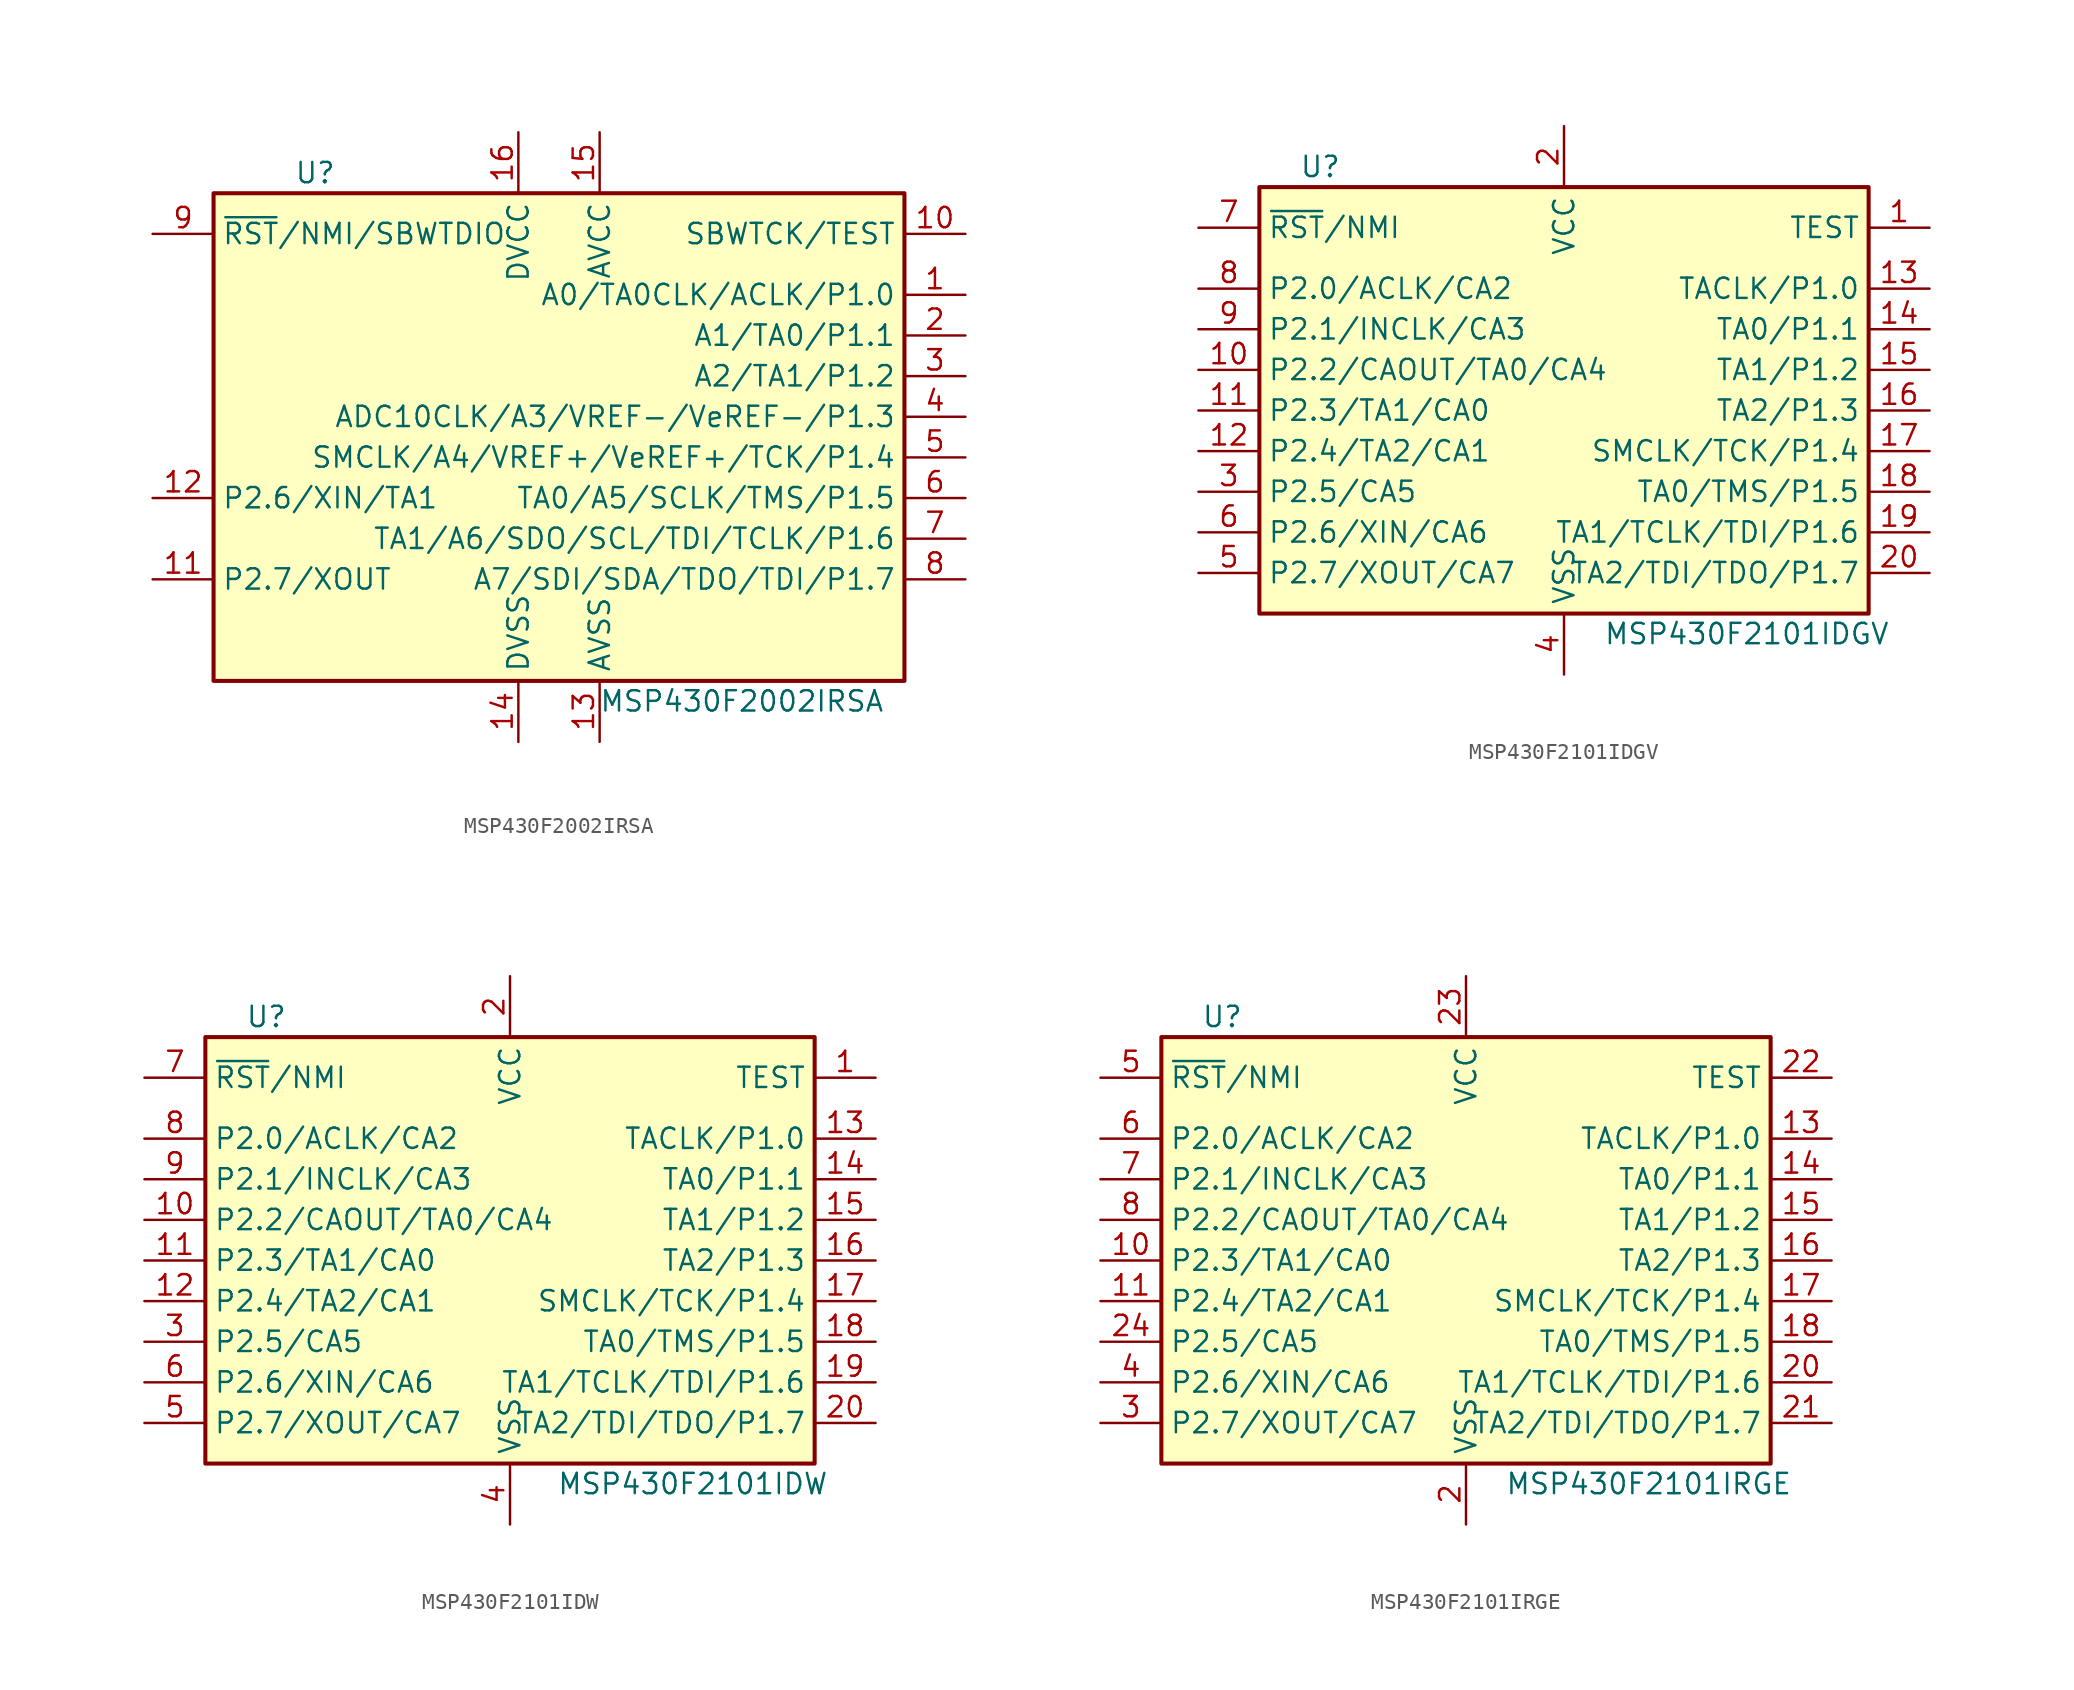
<source format=kicad_sym>
(kicad_symbol_lib
  (version 20220914)
  (generator kicad_symbol_editor)
  (symbol "MSP430F2002IRSA"
    (property "Reference" "U"
      (at -15.24 15.24 0)
      (effects (font (size 1.27 1.27))))
    (property "Value" "MSP430F2002IRSA"
      (at 11.43 -17.78 0)
      (effects (font (size 1.27 1.27))))
    (symbol "MSP430F2002IRSA_0_1"
      (rectangle (start -21.59 13.97) (end 21.59 -16.51) (stroke (width 0.254) (type default)) (fill (type background))))
    (symbol "MSP430F2002IRSA_1_1"
      (pin bidirectional line (at 25.4 7.62 180) (length 3.81) (name "A0/TA0CLK/ACLK/P1.0" (effects (font (size 1.27 1.27)))) (number "1" (effects (font (size 1.27 1.27)))))
      (pin input line (at 25.4 11.43 180) (length 3.81) (name "SBWTCK/TEST" (effects (font (size 1.27 1.27)))) (number "10" (effects (font (size 1.27 1.27)))))
      (pin bidirectional line (at -25.4 -10.16 0) (length 3.81) (name "P2.7/XOUT" (effects (font (size 1.27 1.27)))) (number "11" (effects (font (size 1.27 1.27)))))
      (pin bidirectional line (at -25.4 -5.08 0) (length 3.81) (name "P2.6/XIN/TA1" (effects (font (size 1.27 1.27)))) (number "12" (effects (font (size 1.27 1.27)))))
      (pin power_in line (at 2.54 -20.32 90) (length 3.81) (name "AVSS" (effects (font (size 1.27 1.27)))) (number "13" (effects (font (size 1.27 1.27)))))
      (pin power_in line (at -2.54 -20.32 90) (length 3.81) (name "DVSS" (effects (font (size 1.27 1.27)))) (number "14" (effects (font (size 1.27 1.27)))))
      (pin power_in line (at 2.54 17.78 270) (length 3.81) (name "AVCC" (effects (font (size 1.27 1.27)))) (number "15" (effects (font (size 1.27 1.27)))))
      (pin power_in line (at -2.54 17.78 270) (length 3.81) (name "DVCC" (effects (font (size 1.27 1.27)))) (number "16" (effects (font (size 1.27 1.27)))))
      (pin bidirectional line (at 25.4 5.08 180) (length 3.81) (name "A1/TA0/P1.1" (effects (font (size 1.27 1.27)))) (number "2" (effects (font (size 1.27 1.27)))))
      (pin bidirectional line (at 25.4 2.54 180) (length 3.81) (name "A2/TA1/P1.2" (effects (font (size 1.27 1.27)))) (number "3" (effects (font (size 1.27 1.27)))))
      (pin bidirectional line (at 25.4 0 180) (length 3.81) (name "ADC10CLK/A3/VREF-/VeREF-/P1.3" (effects (font (size 1.27 1.27)))) (number "4" (effects (font (size 1.27 1.27)))))
      (pin bidirectional line (at 25.4 -2.54 180) (length 3.81) (name "SMCLK/A4/VREF+/VeREF+/TCK/P1.4" (effects (font (size 1.27 1.27)))) (number "5" (effects (font (size 1.27 1.27)))))
      (pin bidirectional line (at 25.4 -5.08 180) (length 3.81) (name "TA0/A5/SCLK/TMS/P1.5" (effects (font (size 1.27 1.27)))) (number "6" (effects (font (size 1.27 1.27)))))
      (pin bidirectional line (at 25.4 -7.62 180) (length 3.81) (name "TA1/A6/SDO/SCL/TDI/TCLK/P1.6" (effects (font (size 1.27 1.27)))) (number "7" (effects (font (size 1.27 1.27)))))
      (pin bidirectional line (at 25.4 -10.16 180) (length 3.81) (name "A7/SDI/SDA/TDO/TDI/P1.7" (effects (font (size 1.27 1.27)))) (number "8" (effects (font (size 1.27 1.27)))))
      (pin input line (at -25.4 11.43 0) (length 3.81) (name "~{RST}/NMI/SBWTDIO" (effects (font (size 1.27 1.27)))) (number "9" (effects (font (size 1.27 1.27)))))))
  (symbol "MSP430F2101IDGV"
    (property "Reference" "U"
      (at -15.24 15.24 0)
      (effects (font (size 1.27 1.27))))
    (property "Value" "MSP430F2101IDGV"
      (at 11.43 -13.97 0)
      (effects (font (size 1.27 1.27))))
    (symbol "MSP430F2101IDGV_0_1"
      (rectangle (start -19.05 13.97) (end 19.05 -12.7) (stroke (width 0.254) (type default)) (fill (type background))))
    (symbol "MSP430F2101IDGV_1_1"
      (pin input line (at 22.86 11.43 180) (length 3.81) (name "TEST" (effects (font (size 1.27 1.27)))) (number "1" (effects (font (size 1.27 1.27)))))
      (pin bidirectional line (at -22.86 2.54 0) (length 3.81) (name "P2.2/CAOUT/TA0/CA4" (effects (font (size 1.27 1.27)))) (number "10" (effects (font (size 1.27 1.27)))))
      (pin bidirectional line (at -22.86 0 0) (length 3.81) (name "P2.3/TA1/CA0" (effects (font (size 1.27 1.27)))) (number "11" (effects (font (size 1.27 1.27)))))
      (pin bidirectional line (at -22.86 -2.54 0) (length 3.81) (name "P2.4/TA2/CA1" (effects (font (size 1.27 1.27)))) (number "12" (effects (font (size 1.27 1.27)))))
      (pin bidirectional line (at 22.86 7.62 180) (length 3.81) (name "TACLK/P1.0" (effects (font (size 1.27 1.27)))) (number "13" (effects (font (size 1.27 1.27)))))
      (pin bidirectional line (at 22.86 5.08 180) (length 3.81) (name "TA0/P1.1" (effects (font (size 1.27 1.27)))) (number "14" (effects (font (size 1.27 1.27)))))
      (pin bidirectional line (at 22.86 2.54 180) (length 3.81) (name "TA1/P1.2" (effects (font (size 1.27 1.27)))) (number "15" (effects (font (size 1.27 1.27)))))
      (pin bidirectional line (at 22.86 0 180) (length 3.81) (name "TA2/P1.3" (effects (font (size 1.27 1.27)))) (number "16" (effects (font (size 1.27 1.27)))))
      (pin bidirectional line (at 22.86 -2.54 180) (length 3.81) (name "SMCLK/TCK/P1.4" (effects (font (size 1.27 1.27)))) (number "17" (effects (font (size 1.27 1.27)))))
      (pin bidirectional line (at 22.86 -5.08 180) (length 3.81) (name "TA0/TMS/P1.5" (effects (font (size 1.27 1.27)))) (number "18" (effects (font (size 1.27 1.27)))))
      (pin bidirectional line (at 22.86 -7.62 180) (length 3.81) (name "TA1/TCLK/TDI/P1.6" (effects (font (size 1.27 1.27)))) (number "19" (effects (font (size 1.27 1.27)))))
      (pin power_in line (at 0 17.78 270) (length 3.81) (name "VCC" (effects (font (size 1.27 1.27)))) (number "2" (effects (font (size 1.27 1.27)))))
      (pin bidirectional line (at 22.86 -10.16 180) (length 3.81) (name "TA2/TDI/TDO/P1.7" (effects (font (size 1.27 1.27)))) (number "20" (effects (font (size 1.27 1.27)))))
      (pin bidirectional line (at -22.86 -5.08 0) (length 3.81) (name "P2.5/CA5" (effects (font (size 1.27 1.27)))) (number "3" (effects (font (size 1.27 1.27)))))
      (pin power_in line (at 0 -16.51 90) (length 3.81) (name "VSS" (effects (font (size 1.27 1.27)))) (number "4" (effects (font (size 1.27 1.27)))))
      (pin bidirectional line (at -22.86 -10.16 0) (length 3.81) (name "P2.7/XOUT/CA7" (effects (font (size 1.27 1.27)))) (number "5" (effects (font (size 1.27 1.27)))))
      (pin bidirectional line (at -22.86 -7.62 0) (length 3.81) (name "P2.6/XIN/CA6" (effects (font (size 1.27 1.27)))) (number "6" (effects (font (size 1.27 1.27)))))
      (pin input line (at -22.86 11.43 0) (length 3.81) (name "~{RST}/NMI" (effects (font (size 1.27 1.27)))) (number "7" (effects (font (size 1.27 1.27)))))
      (pin bidirectional line (at -22.86 7.62 0) (length 3.81) (name "P2.0/ACLK/CA2" (effects (font (size 1.27 1.27)))) (number "8" (effects (font (size 1.27 1.27)))))
      (pin bidirectional line (at -22.86 5.08 0) (length 3.81) (name "P2.1/INCLK/CA3" (effects (font (size 1.27 1.27)))) (number "9" (effects (font (size 1.27 1.27)))))))
  (symbol "MSP430F2101IDW"
    (property "Reference" "U"
      (at -15.24 15.24 0)
      (effects (font (size 1.27 1.27))))
    (property "Value" "MSP430F2101IDW"
      (at 11.43 -13.97 0)
      (effects (font (size 1.27 1.27))))
    (symbol "MSP430F2101IDW_0_1"
      (rectangle (start -19.05 13.97) (end 19.05 -12.7) (stroke (width 0.254) (type default)) (fill (type background))))
    (symbol "MSP430F2101IDW_1_1"
      (pin input line (at 22.86 11.43 180) (length 3.81) (name "TEST" (effects (font (size 1.27 1.27)))) (number "1" (effects (font (size 1.27 1.27)))))
      (pin bidirectional line (at -22.86 2.54 0) (length 3.81) (name "P2.2/CAOUT/TA0/CA4" (effects (font (size 1.27 1.27)))) (number "10" (effects (font (size 1.27 1.27)))))
      (pin bidirectional line (at -22.86 0 0) (length 3.81) (name "P2.3/TA1/CA0" (effects (font (size 1.27 1.27)))) (number "11" (effects (font (size 1.27 1.27)))))
      (pin bidirectional line (at -22.86 -2.54 0) (length 3.81) (name "P2.4/TA2/CA1" (effects (font (size 1.27 1.27)))) (number "12" (effects (font (size 1.27 1.27)))))
      (pin bidirectional line (at 22.86 7.62 180) (length 3.81) (name "TACLK/P1.0" (effects (font (size 1.27 1.27)))) (number "13" (effects (font (size 1.27 1.27)))))
      (pin bidirectional line (at 22.86 5.08 180) (length 3.81) (name "TA0/P1.1" (effects (font (size 1.27 1.27)))) (number "14" (effects (font (size 1.27 1.27)))))
      (pin bidirectional line (at 22.86 2.54 180) (length 3.81) (name "TA1/P1.2" (effects (font (size 1.27 1.27)))) (number "15" (effects (font (size 1.27 1.27)))))
      (pin bidirectional line (at 22.86 0 180) (length 3.81) (name "TA2/P1.3" (effects (font (size 1.27 1.27)))) (number "16" (effects (font (size 1.27 1.27)))))
      (pin bidirectional line (at 22.86 -2.54 180) (length 3.81) (name "SMCLK/TCK/P1.4" (effects (font (size 1.27 1.27)))) (number "17" (effects (font (size 1.27 1.27)))))
      (pin bidirectional line (at 22.86 -5.08 180) (length 3.81) (name "TA0/TMS/P1.5" (effects (font (size 1.27 1.27)))) (number "18" (effects (font (size 1.27 1.27)))))
      (pin bidirectional line (at 22.86 -7.62 180) (length 3.81) (name "TA1/TCLK/TDI/P1.6" (effects (font (size 1.27 1.27)))) (number "19" (effects (font (size 1.27 1.27)))))
      (pin power_in line (at 0 17.78 270) (length 3.81) (name "VCC" (effects (font (size 1.27 1.27)))) (number "2" (effects (font (size 1.27 1.27)))))
      (pin bidirectional line (at 22.86 -10.16 180) (length 3.81) (name "TA2/TDI/TDO/P1.7" (effects (font (size 1.27 1.27)))) (number "20" (effects (font (size 1.27 1.27)))))
      (pin bidirectional line (at -22.86 -5.08 0) (length 3.81) (name "P2.5/CA5" (effects (font (size 1.27 1.27)))) (number "3" (effects (font (size 1.27 1.27)))))
      (pin power_in line (at 0 -16.51 90) (length 3.81) (name "VSS" (effects (font (size 1.27 1.27)))) (number "4" (effects (font (size 1.27 1.27)))))
      (pin bidirectional line (at -22.86 -10.16 0) (length 3.81) (name "P2.7/XOUT/CA7" (effects (font (size 1.27 1.27)))) (number "5" (effects (font (size 1.27 1.27)))))
      (pin bidirectional line (at -22.86 -7.62 0) (length 3.81) (name "P2.6/XIN/CA6" (effects (font (size 1.27 1.27)))) (number "6" (effects (font (size 1.27 1.27)))))
      (pin input line (at -22.86 11.43 0) (length 3.81) (name "~{RST}/NMI" (effects (font (size 1.27 1.27)))) (number "7" (effects (font (size 1.27 1.27)))))
      (pin bidirectional line (at -22.86 7.62 0) (length 3.81) (name "P2.0/ACLK/CA2" (effects (font (size 1.27 1.27)))) (number "8" (effects (font (size 1.27 1.27)))))
      (pin bidirectional line (at -22.86 5.08 0) (length 3.81) (name "P2.1/INCLK/CA3" (effects (font (size 1.27 1.27)))) (number "9" (effects (font (size 1.27 1.27)))))))
  (symbol "MSP430F2101IRGE"
    (property "Reference" "U"
      (at -15.24 15.24 0)
      (effects (font (size 1.27 1.27))))
    (property "Value" "MSP430F2101IRGE"
      (at 11.43 -13.97 0)
      (effects (font (size 1.27 1.27))))
    (symbol "MSP430F2101IRGE_0_1"
      (rectangle (start -19.05 13.97) (end 19.05 -12.7) (stroke (width 0.254) (type default)) (fill (type background))))
    (symbol "MSP430F2101IRGE_1_1"
      (pin bidirectional line (at -22.86 0 0) (length 3.81) (name "P2.3/TA1/CA0" (effects (font (size 1.27 1.27)))) (number "10" (effects (font (size 1.27 1.27)))))
      (pin bidirectional line (at -22.86 -2.54 0) (length 3.81) (name "P2.4/TA2/CA1" (effects (font (size 1.27 1.27)))) (number "11" (effects (font (size 1.27 1.27)))))
      (pin bidirectional line (at 22.86 7.62 180) (length 3.81) (name "TACLK/P1.0" (effects (font (size 1.27 1.27)))) (number "13" (effects (font (size 1.27 1.27)))))
      (pin bidirectional line (at 22.86 5.08 180) (length 3.81) (name "TA0/P1.1" (effects (font (size 1.27 1.27)))) (number "14" (effects (font (size 1.27 1.27)))))
      (pin bidirectional line (at 22.86 2.54 180) (length 3.81) (name "TA1/P1.2" (effects (font (size 1.27 1.27)))) (number "15" (effects (font (size 1.27 1.27)))))
      (pin bidirectional line (at 22.86 0 180) (length 3.81) (name "TA2/P1.3" (effects (font (size 1.27 1.27)))) (number "16" (effects (font (size 1.27 1.27)))))
      (pin bidirectional line (at 22.86 -2.54 180) (length 3.81) (name "SMCLK/TCK/P1.4" (effects (font (size 1.27 1.27)))) (number "17" (effects (font (size 1.27 1.27)))))
      (pin bidirectional line (at 22.86 -5.08 180) (length 3.81) (name "TA0/TMS/P1.5" (effects (font (size 1.27 1.27)))) (number "18" (effects (font (size 1.27 1.27)))))
      (pin power_in line (at 0 -16.51 90) (length 3.81) (name "VSS" (effects (font (size 1.27 1.27)))) (number "2" (effects (font (size 1.27 1.27)))))
      (pin bidirectional line (at 22.86 -7.62 180) (length 3.81) (name "TA1/TCLK/TDI/P1.6" (effects (font (size 1.27 1.27)))) (number "20" (effects (font (size 1.27 1.27)))))
      (pin bidirectional line (at 22.86 -10.16 180) (length 3.81) (name "TA2/TDI/TDO/P1.7" (effects (font (size 1.27 1.27)))) (number "21" (effects (font (size 1.27 1.27)))))
      (pin input line (at 22.86 11.43 180) (length 3.81) (name "TEST" (effects (font (size 1.27 1.27)))) (number "22" (effects (font (size 1.27 1.27)))))
      (pin power_in line (at 0 17.78 270) (length 3.81) (name "VCC" (effects (font (size 1.27 1.27)))) (number "23" (effects (font (size 1.27 1.27)))))
      (pin bidirectional line (at -22.86 -5.08 0) (length 3.81) (name "P2.5/CA5" (effects (font (size 1.27 1.27)))) (number "24" (effects (font (size 1.27 1.27)))))
      (pin bidirectional line (at -22.86 -10.16 0) (length 3.81) (name "P2.7/XOUT/CA7" (effects (font (size 1.27 1.27)))) (number "3" (effects (font (size 1.27 1.27)))))
      (pin bidirectional line (at -22.86 -7.62 0) (length 3.81) (name "P2.6/XIN/CA6" (effects (font (size 1.27 1.27)))) (number "4" (effects (font (size 1.27 1.27)))))
      (pin input line (at -22.86 11.43 0) (length 3.81) (name "~{RST}/NMI" (effects (font (size 1.27 1.27)))) (number "5" (effects (font (size 1.27 1.27)))))
      (pin bidirectional line (at -22.86 7.62 0) (length 3.81) (name "P2.0/ACLK/CA2" (effects (font (size 1.27 1.27)))) (number "6" (effects (font (size 1.27 1.27)))))
      (pin bidirectional line (at -22.86 5.08 0) (length 3.81) (name "P2.1/INCLK/CA3" (effects (font (size 1.27 1.27)))) (number "7" (effects (font (size 1.27 1.27)))))
      (pin bidirectional line (at -22.86 2.54 0) (length 3.81) (name "P2.2/CAOUT/TA0/CA4" (effects (font (size 1.27 1.27)))) (number "8" (effects (font (size 1.27 1.27))))))))
</source>
